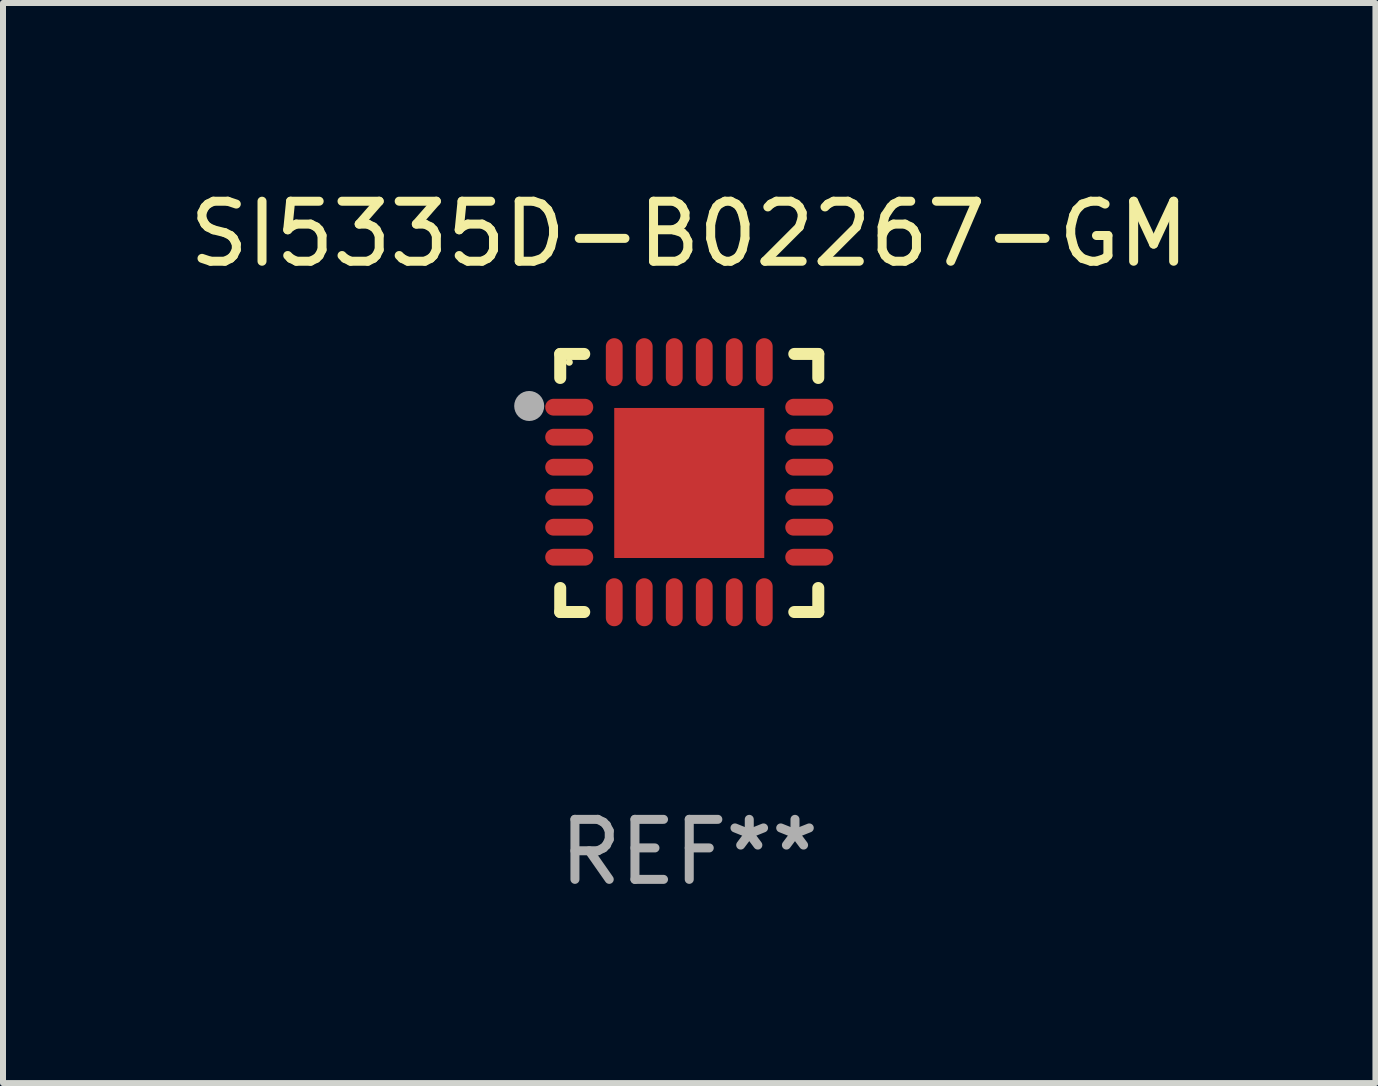
<source format=kicad_pcb>
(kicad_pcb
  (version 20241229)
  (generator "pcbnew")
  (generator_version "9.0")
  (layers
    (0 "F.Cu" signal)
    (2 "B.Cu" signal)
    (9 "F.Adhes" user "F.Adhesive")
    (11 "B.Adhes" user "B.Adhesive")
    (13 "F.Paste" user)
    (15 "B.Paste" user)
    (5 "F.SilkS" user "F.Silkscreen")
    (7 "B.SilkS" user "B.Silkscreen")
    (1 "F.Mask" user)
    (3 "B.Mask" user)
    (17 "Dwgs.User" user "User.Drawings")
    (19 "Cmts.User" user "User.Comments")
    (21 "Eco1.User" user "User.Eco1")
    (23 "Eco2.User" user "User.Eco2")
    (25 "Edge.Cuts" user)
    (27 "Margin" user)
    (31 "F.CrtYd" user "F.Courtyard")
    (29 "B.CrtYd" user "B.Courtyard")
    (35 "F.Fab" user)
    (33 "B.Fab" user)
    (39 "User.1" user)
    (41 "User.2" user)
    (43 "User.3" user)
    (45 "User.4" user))
  (footprint "SI5335D-B02267-GM"
    (layer "F.Cu")
    (at 8.435 4.998)
    (property "Reference" "SI5335D-B02267-GM" (at 0 -4.15 0) (layer "F.SilkS") (effects (font (size 1 1) (thickness 0.15))))
    (attr through_hole)
    (fp_line (start -2.15 -2.15) (end -1.75 -2.15) (stroke (width 0.2) (type solid)) (layer "F.SilkS"))
    (fp_line (start -2.15 -1.75) (end -2.15 -2.15) (stroke (width 0.2) (type solid)) (layer "F.SilkS"))
    (fp_line (start -2.15 2.15) (end -2.15 1.75) (stroke (width 0.2) (type solid)) (layer "F.SilkS"))
    (fp_line (start -1.75 2.15) (end -2.15 2.15) (stroke (width 0.2) (type solid)) (layer "F.SilkS"))
    (fp_line (start 1.75 -2.15) (end 2.15 -2.15) (stroke (width 0.2) (type solid)) (layer "F.SilkS"))
    (fp_line (start 1.75 2.15) (end 2.15 2.15) (stroke (width 0.2) (type solid)) (layer "F.SilkS"))
    (fp_line (start 2.15 -2.15) (end 2.15 -1.75) (stroke (width 0.2) (type solid)) (layer "F.SilkS"))
    (fp_line (start 2.15 2.15) (end 2.15 1.75) (stroke (width 0.2) (type solid)) (layer "F.SilkS"))
    (fp_circle (center -2 -2.013) (end -1.97 -2.013) (stroke (width 0.06) (type solid)) (fill no) (layer "F.SilkS"))
    (fp_circle (center -2.667 -1.283) (end -2.542 -1.283) (stroke (width 0.25) (type solid)) (fill no) (layer "F.Fab"))
    (fp_text user "REF**" (at 0 6.15 0) (layer "F.Fab") (effects (font (size 1 1) (thickness 0.15))))
    (pad "1" smd oval (at -2 -1.263) (size 0.8 0.28) (layers "F.Cu" "F.Mask" "F.Paste"))
    (pad "2" smd oval (at -2 -0.763) (size 0.8 0.28) (layers "F.Cu" "F.Mask" "F.Paste"))
    (pad "3" smd oval (at -2 -0.263) (size 0.8 0.28) (layers "F.Cu" "F.Mask" "F.Paste"))
    (pad "4" smd oval (at -2 0.237) (size 0.8 0.28) (layers "F.Cu" "F.Mask" "F.Paste"))
    (pad "5" smd oval (at -2 0.737) (size 0.8 0.28) (layers "F.Cu" "F.Mask" "F.Paste"))
    (pad "6" smd oval (at -2 1.237) (size 0.8 0.28) (layers "F.Cu" "F.Mask" "F.Paste"))
    (pad "7" smd oval (at -1.25 1.987) (size 0.28 0.8) (layers "F.Cu" "F.Mask" "F.Paste"))
    (pad "8" smd oval (at -0.75 1.987) (size 0.28 0.8) (layers "F.Cu" "F.Mask" "F.Paste"))
    (pad "9" smd oval (at -0.25 1.987) (size 0.28 0.8) (layers "F.Cu" "F.Mask" "F.Paste"))
    (pad "10" smd oval (at 0.25 1.987) (size 0.28 0.8) (layers "F.Cu" "F.Mask" "F.Paste"))
    (pad "11" smd oval (at 0.75 1.987) (size 0.28 0.8) (layers "F.Cu" "F.Mask" "F.Paste"))
    (pad "12" smd oval (at 1.25 1.987) (size 0.28 0.8) (layers "F.Cu" "F.Mask" "F.Paste"))
    (pad "13" smd oval (at 2 1.237) (size 0.8 0.28) (layers "F.Cu" "F.Mask" "F.Paste"))
    (pad "14" smd oval (at 2 0.737) (size 0.8 0.28) (layers "F.Cu" "F.Mask" "F.Paste"))
    (pad "15" smd oval (at 2 0.237) (size 0.8 0.28) (layers "F.Cu" "F.Mask" "F.Paste"))
    (pad "16" smd oval (at 2 -0.263) (size 0.8 0.28) (layers "F.Cu" "F.Mask" "F.Paste"))
    (pad "17" smd oval (at 2 -0.763) (size 0.8 0.28) (layers "F.Cu" "F.Mask" "F.Paste"))
    (pad "18" smd oval (at 2 -1.263) (size 0.8 0.28) (layers "F.Cu" "F.Mask" "F.Paste"))
    (pad "19" smd oval (at 1.25 -2.013) (size 0.28 0.8) (layers "F.Cu" "F.Mask" "F.Paste"))
    (pad "20" smd oval (at 0.75 -2.013) (size 0.28 0.8) (layers "F.Cu" "F.Mask" "F.Paste"))
    (pad "21" smd oval (at 0.25 -2.013) (size 0.28 0.8) (layers "F.Cu" "F.Mask" "F.Paste"))
    (pad "22" smd oval (at -0.25 -2.013) (size 0.28 0.8) (layers "F.Cu" "F.Mask" "F.Paste"))
    (pad "23" smd oval (at -0.75 -2.013) (size 0.28 0.8) (layers "F.Cu" "F.Mask" "F.Paste"))
    (pad "24" smd oval (at -1.25 -2.013) (size 0.28 0.8) (layers "F.Cu" "F.Mask" "F.Paste"))
    (pad "25" smd rect (at -0.000127 -0.00014) (size 2.5 2.5) (layers "F.Cu" "F.Mask" "F.Paste")))
  (gr_rect
    (start -3 -3)
    (end 19.869 14.997)
    (stroke (width 0.1) (type default))
    (fill no)
    (layer "Edge.Cuts")))
</source>
